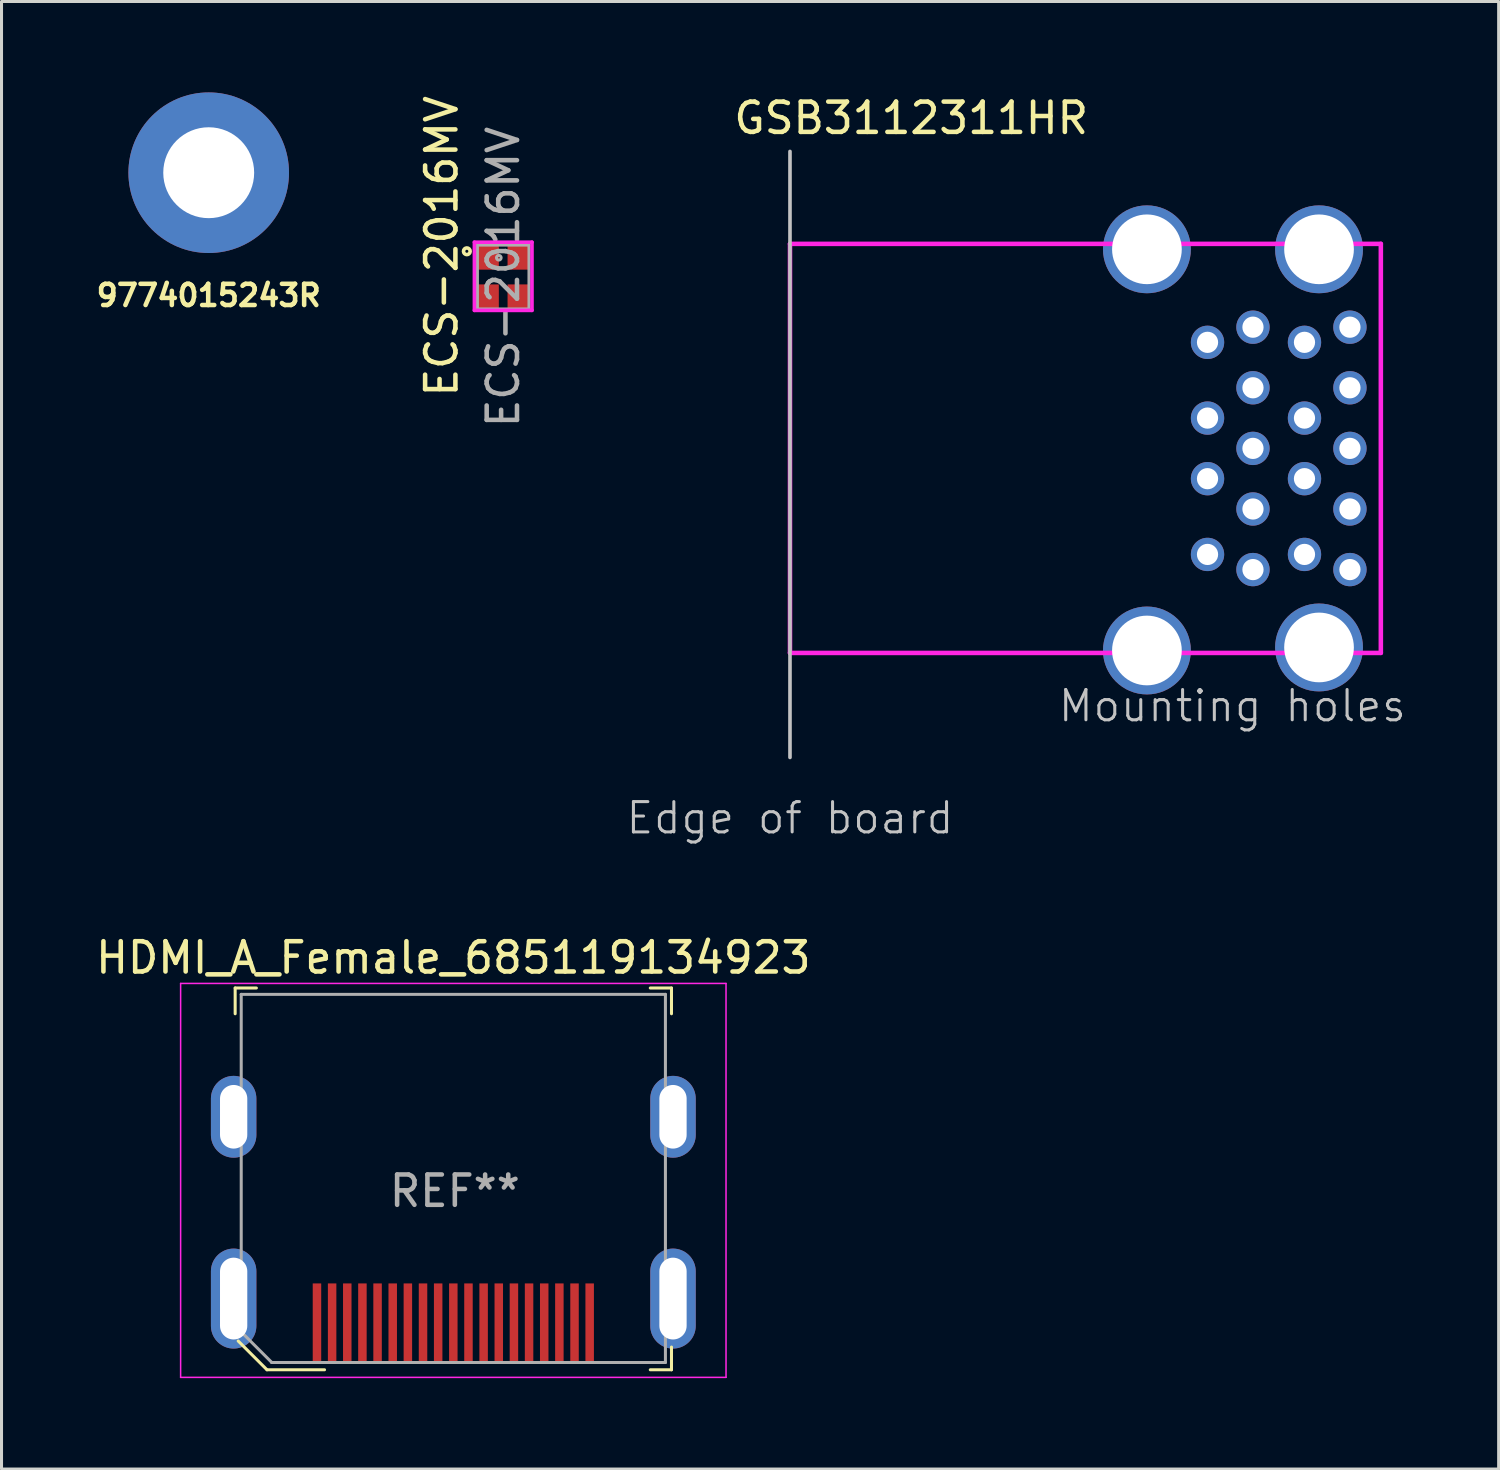
<source format=kicad_pcb>
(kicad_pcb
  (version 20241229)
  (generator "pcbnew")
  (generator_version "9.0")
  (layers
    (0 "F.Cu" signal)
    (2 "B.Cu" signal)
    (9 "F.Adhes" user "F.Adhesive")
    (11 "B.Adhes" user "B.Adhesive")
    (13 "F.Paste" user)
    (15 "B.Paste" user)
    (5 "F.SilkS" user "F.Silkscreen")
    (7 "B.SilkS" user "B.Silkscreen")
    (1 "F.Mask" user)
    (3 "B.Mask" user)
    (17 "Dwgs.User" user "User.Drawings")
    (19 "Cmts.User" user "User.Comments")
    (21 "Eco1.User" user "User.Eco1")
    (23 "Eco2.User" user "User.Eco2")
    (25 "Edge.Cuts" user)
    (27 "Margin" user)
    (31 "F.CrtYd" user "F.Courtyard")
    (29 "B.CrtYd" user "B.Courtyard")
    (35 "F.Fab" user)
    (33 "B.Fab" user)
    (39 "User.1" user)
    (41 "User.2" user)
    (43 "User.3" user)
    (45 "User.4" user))
  (footprint "HDMI_A_Female_685119134923"
    (layer "F.Cu")
    (at 11.911 39.307)
    (property "Reference" "HDMI_A_Female_685119134923" (at 0 -10.75 0) (layer "F.SilkS") (effects (font (size 1 1) (thickness 0.15))))
    (attr smd)
    (fp_line (start -7.2 -9.75) (end -6.5 -9.75) (stroke (width 0.1) (type solid)) (layer "F.SilkS"))
    (fp_line (start -7.2 -8.9) (end -7.2 -9.75) (stroke (width 0.1) (type solid)) (layer "F.SilkS"))
    (fp_line (start -6.15 2.85) (end -7.1 1.9) (stroke (width 0.1) (type solid)) (layer "F.SilkS"))
    (fp_line (start -4.25 2.85) (end -6.15 2.85) (stroke (width 0.1) (type solid)) (layer "F.SilkS"))
    (fp_line (start 6.5 -9.75) (end 7.2 -9.75) (stroke (width 0.1) (type solid)) (layer "F.SilkS"))
    (fp_line (start 7.2 -9.75) (end 7.2 -8.9) (stroke (width 0.1) (type solid)) (layer "F.SilkS"))
    (fp_line (start 7.2 2.1) (end 7.2 2.85) (stroke (width 0.1) (type solid)) (layer "F.SilkS"))
    (fp_line (start 7.2 2.85) (end 6.5 2.85) (stroke (width 0.1) (type solid)) (layer "F.SilkS"))
    (fp_line (start -9 -9.9) (end 9 -9.9) (stroke (width 0.05) (type solid)) (layer "F.CrtYd"))
    (fp_line (start -9 3.1) (end -9 -9.9) (stroke (width 0.05) (type solid)) (layer "F.CrtYd"))
    (fp_line (start 9 -9.9) (end 9 3.1) (stroke (width 0.05) (type solid)) (layer "F.CrtYd"))
    (fp_line (start 9 3.1) (end -9 3.1) (stroke (width 0.05) (type solid)) (layer "F.CrtYd"))
    (fp_line (start -7 -9.54) (end 7 -9.54) (stroke (width 0.1) (type solid)) (layer "F.Fab"))
    (fp_line (start -7 1.6) (end -7 -9.54) (stroke (width 0.1) (type solid)) (layer "F.Fab"))
    (fp_line (start -7 1.6) (end -6 2.6) (stroke (width 0.1) (type solid)) (layer "F.Fab"))
    (fp_line (start 7 2.61) (end -6 2.61) (stroke (width 0.1) (type solid)) (layer "F.Fab"))
    (fp_line (start 7 2.61) (end 7 -9.54) (stroke (width 0.1) (type solid)) (layer "F.Fab"))
    (fp_text user "REF**" (at 0.05 -3.05 0) (layer "F.Fab") (effects (font (size 1 1) (thickness 0.15))))
    (pad "1" smd rect (at -4.5 1.3) (size 0.28 2.6) (layers "F.Cu" "F.Mask" "F.Paste"))
    (pad "2" smd rect (at -4 1.3) (size 0.28 2.6) (layers "F.Cu" "F.Mask" "F.Paste"))
    (pad "3" smd rect (at -3.5 1.3) (size 0.28 2.6) (layers "F.Cu" "F.Mask" "F.Paste"))
    (pad "4" smd rect (at -3 1.3) (size 0.28 2.6) (layers "F.Cu" "F.Mask" "F.Paste"))
    (pad "5" smd rect (at -2.5 1.3) (size 0.28 2.6) (layers "F.Cu" "F.Mask" "F.Paste"))
    (pad "6" smd rect (at -2 1.3) (size 0.28 2.6) (layers "F.Cu" "F.Mask" "F.Paste"))
    (pad "7" smd rect (at -1.5 1.3) (size 0.28 2.6) (layers "F.Cu" "F.Mask" "F.Paste"))
    (pad "8" smd rect (at -1 1.3) (size 0.28 2.6) (layers "F.Cu" "F.Mask" "F.Paste"))
    (pad "9" smd rect (at -0.5 1.3) (size 0.28 2.6) (layers "F.Cu" "F.Mask" "F.Paste"))
    (pad "10" smd rect (at 0 1.3) (size 0.28 2.6) (layers "F.Cu" "F.Mask" "F.Paste"))
    (pad "11" smd rect (at 0.5 1.3) (size 0.28 2.6) (layers "F.Cu" "F.Mask" "F.Paste"))
    (pad "12" smd rect (at 1 1.3) (size 0.28 2.6) (layers "F.Cu" "F.Mask" "F.Paste"))
    (pad "13" smd rect (at 1.5 1.3) (size 0.28 2.6) (layers "F.Cu" "F.Mask" "F.Paste"))
    (pad "14" smd rect (at 2 1.3) (size 0.28 2.6) (layers "F.Cu" "F.Mask" "F.Paste"))
    (pad "15" smd rect (at 2.5 1.3) (size 0.28 2.6) (layers "F.Cu" "F.Mask" "F.Paste"))
    (pad "16" smd rect (at 3 1.3) (size 0.28 2.6) (layers "F.Cu" "F.Mask" "F.Paste"))
    (pad "17" smd rect (at 3.5 1.3) (size 0.28 2.6) (layers "F.Cu" "F.Mask" "F.Paste"))
    (pad "18" smd rect (at 4 1.3) (size 0.28 2.6) (layers "F.Cu" "F.Mask" "F.Paste"))
    (pad "19" smd rect (at 4.5 1.3) (size 0.28 2.6) (layers "F.Cu" "F.Mask" "F.Paste"))
    (pad "SH" thru_hole oval (at -7.25 -5.5) (size 1.5 2.7) (drill oval 0.9 2.1) (layers "*.Cu" "*.Mask"))
    (pad "SH" thru_hole oval (at -7.25 0.5) (size 1.5 3.3) (drill oval 0.9 2.7) (layers "*.Cu" "*.Mask"))
    (pad "SH" thru_hole oval (at 7.25 -5.5) (size 1.5 2.7) (drill oval 0.9 2.1) (layers "*.Cu" "*.Mask"))
    (pad "SH" thru_hole oval (at 7.25 0.5) (size 1.5 3.3) (drill oval 0.9 2.7) (layers "*.Cu" "*.Mask")))
  (footprint "GSB3112311HR"
    (layer "F.Cu")
    (at 23.022 11.748)
    (property "Reference" "GSB3112311HR" (at 4 -10.9 0) (layer "F.SilkS") (effects (font (size 1 1) (thickness 0.15))))
    (attr through_hole)
    (fp_line (start 0 -9.8) (end 0 10.2) (stroke (width 0.12) (type solid)) (layer "Dwgs.User"))
    (fp_line (start 0 -6.75) (end 0 6.75) (stroke (width 0.15) (type solid)) (layer "F.CrtYd"))
    (fp_line (start 0 -6.75) (end 19.5 -6.75) (stroke (width 0.15) (type solid)) (layer "F.CrtYd"))
    (fp_line (start 19.5 -6.75) (end 19.5 6.75) (stroke (width 0.15) (type solid)) (layer "F.CrtYd"))
    (fp_line (start 19.5 6.75) (end 0 6.75) (stroke (width 0.15) (type solid)) (layer "F.CrtYd"))
    (fp_text user "Mounting holes" (at 14.6 8.5 0) (layer "Dwgs.User") (effects (font (size 1 1) (thickness 0.1))))
    (fp_text user "Edge of board" (at 0 12.2 0) (layer "Dwgs.User") (effects (font (size 1 1) (thickness 0.1))))
    (pad "1" thru_hole circle (at 13.78 -3.5) (size 1.1 1.1) (drill 0.7) (layers "*.Cu" "*.Mask"))
    (pad "2" thru_hole circle (at 13.78 -1) (size 1.1 1.1) (drill 0.7) (layers "*.Cu" "*.Mask"))
    (pad "3" thru_hole circle (at 13.78 1) (size 1.1 1.1) (drill 0.7) (layers "*.Cu" "*.Mask"))
    (pad "4" thru_hole circle (at 13.78 3.5) (size 1.1 1.1) (drill 0.7) (layers "*.Cu" "*.Mask"))
    (pad "5" thru_hole circle (at 15.28 4) (size 1.1 1.1) (drill 0.7) (layers "*.Cu" "*.Mask"))
    (pad "6" thru_hole circle (at 15.28 2) (size 1.1 1.1) (drill 0.7) (layers "*.Cu" "*.Mask"))
    (pad "7" thru_hole circle (at 15.28 0) (size 1.1 1.1) (drill 0.7) (layers "*.Cu" "*.Mask"))
    (pad "8" thru_hole circle (at 15.28 -2) (size 1.1 1.1) (drill 0.7) (layers "*.Cu" "*.Mask"))
    (pad "9" thru_hole circle (at 15.28 -4) (size 1.1 1.1) (drill 0.7) (layers "*.Cu" "*.Mask"))
    (pad "10" thru_hole circle (at 16.98 -3.5) (size 1.1 1.1) (drill 0.7) (layers "*.Cu" "*.Mask"))
    (pad "11" thru_hole circle (at 16.98 -1) (size 1.1 1.1) (drill 0.7) (layers "*.Cu" "*.Mask"))
    (pad "12" thru_hole circle (at 16.98 1) (size 1.1 1.1) (drill 0.7) (layers "*.Cu" "*.Mask"))
    (pad "13" thru_hole circle (at 16.98 3.5) (size 1.1 1.1) (drill 0.7) (layers "*.Cu" "*.Mask"))
    (pad "14" thru_hole circle (at 18.48 4) (size 1.1 1.1) (drill 0.7) (layers "*.Cu" "*.Mask"))
    (pad "15" thru_hole circle (at 18.48 2) (size 1.1 1.1) (drill 0.7) (layers "*.Cu" "*.Mask"))
    (pad "16" thru_hole circle (at 18.48 0) (size 1.1 1.1) (drill 0.7) (layers "*.Cu" "*.Mask"))
    (pad "17" thru_hole circle (at 18.48 -2) (size 1.1 1.1) (drill 0.7) (layers "*.Cu" "*.Mask"))
    (pad "18" thru_hole circle (at 18.48 -4) (size 1.1 1.1) (drill 0.7) (layers "*.Cu" "*.Mask"))
    (pad "19" thru_hole circle (at 11.78 -6.57) (size 2.9 2.9) (drill 2.3) (layers "*.Cu" "*.Mask"))
    (pad "19" thru_hole circle (at 11.78 6.67) (size 2.9 2.9) (drill 2.3) (layers "*.Cu" "*.Mask"))
    (pad "19" thru_hole circle (at 17.46 -6.57) (size 2.9 2.9) (drill 2.3) (layers "*.Cu" "*.Mask"))
    (pad "19" thru_hole circle (at 17.46 6.57) (size 2.9 2.9) (drill 2.3) (layers "*.Cu" "*.Mask")))
  (footprint "9774015243R"
    (layer "F.Cu")
    (at 3.838 2.65)
    (property "Reference" "9774015243R" (at 0 4.05 0) (layer "F.SilkS") (effects (font (size 0.7 0.7) (thickness 0.15))))
    (attr through_hole)
    (pad "1" thru_hole circle (at 0 0) (size 5.3 5.3) (drill 3) (layers "F.Cu" "F.Mask")))
  (footprint "ECS-2016MV"
    (layer "F.Cu")
    (at 13.557 6.093)
    (property "Reference" "ECS-2016MV" (at -2.032 -1.016 90) (layer "F.SilkS") (effects (font (size 1 1) (thickness 0.15))))
    (attr through_hole)
    (fp_circle (center -1.2 -0.85) (end -1.15 -0.85) (stroke (width 0.12) (type solid)) (fill no) (layer "F.SilkS"))
    (fp_line (start -0.95 -1.15) (end 0.95 -1.15) (stroke (width 0.12) (type solid)) (layer "F.CrtYd"))
    (fp_line (start -0.95 1.1) (end -0.95 -1.15) (stroke (width 0.12) (type solid)) (layer "F.CrtYd"))
    (fp_line (start 0.95 -1.15) (end 0.95 1.1) (stroke (width 0.12) (type solid)) (layer "F.CrtYd"))
    (fp_line (start 0.95 1.1) (end -0.95 1.1) (stroke (width 0.12) (type solid)) (layer "F.CrtYd"))
    (fp_line (start -0.851 -1.054) (end -0.851 1.054) (stroke (width 0.1) (type solid)) (layer "F.Fab"))
    (fp_line (start -0.851 1.054) (end 0.851 1.054) (stroke (width 0.1) (type solid)) (layer "F.Fab"))
    (fp_line (start 0.851 -1.054) (end -0.851 -1.054) (stroke (width 0.1) (type solid)) (layer "F.Fab"))
    (fp_line (start 0.851 1.054) (end 0.851 -1.054) (stroke (width 0.1) (type solid)) (layer "F.Fab"))
    (fp_circle (center -0.145 -0.637) (end -0.068 -0.637) (stroke (width 0.1) (type solid)) (fill no) (layer "F.Fab"))
    (fp_text user "${REFERENCE}" (at 0 0 90) (layer "F.Fab") (effects (font (size 1 1) (thickness 0.15))))
    (pad "1" smd rect (at -0.487 -0.637) (size 0.686 0.787) (layers "F.Cu" "F.Mask" "F.Paste"))
    (pad "2" smd rect (at -0.487 0.637) (size 0.686 0.787) (layers "F.Cu" "F.Mask" "F.Paste"))
    (pad "3" smd rect (at 0.487 0.637) (size 0.686 0.787) (layers "F.Cu" "F.Mask" "F.Paste"))
    (pad "4" smd rect (at 0.487 -0.637) (size 0.686 0.787) (layers "F.Cu" "F.Mask" "F.Paste")))
  (gr_rect
    (start -3 -3)
    (end 46.41 45.432)
    (stroke (width 0.1) (type default))
    (fill no)
    (layer "Edge.Cuts")))
</source>
